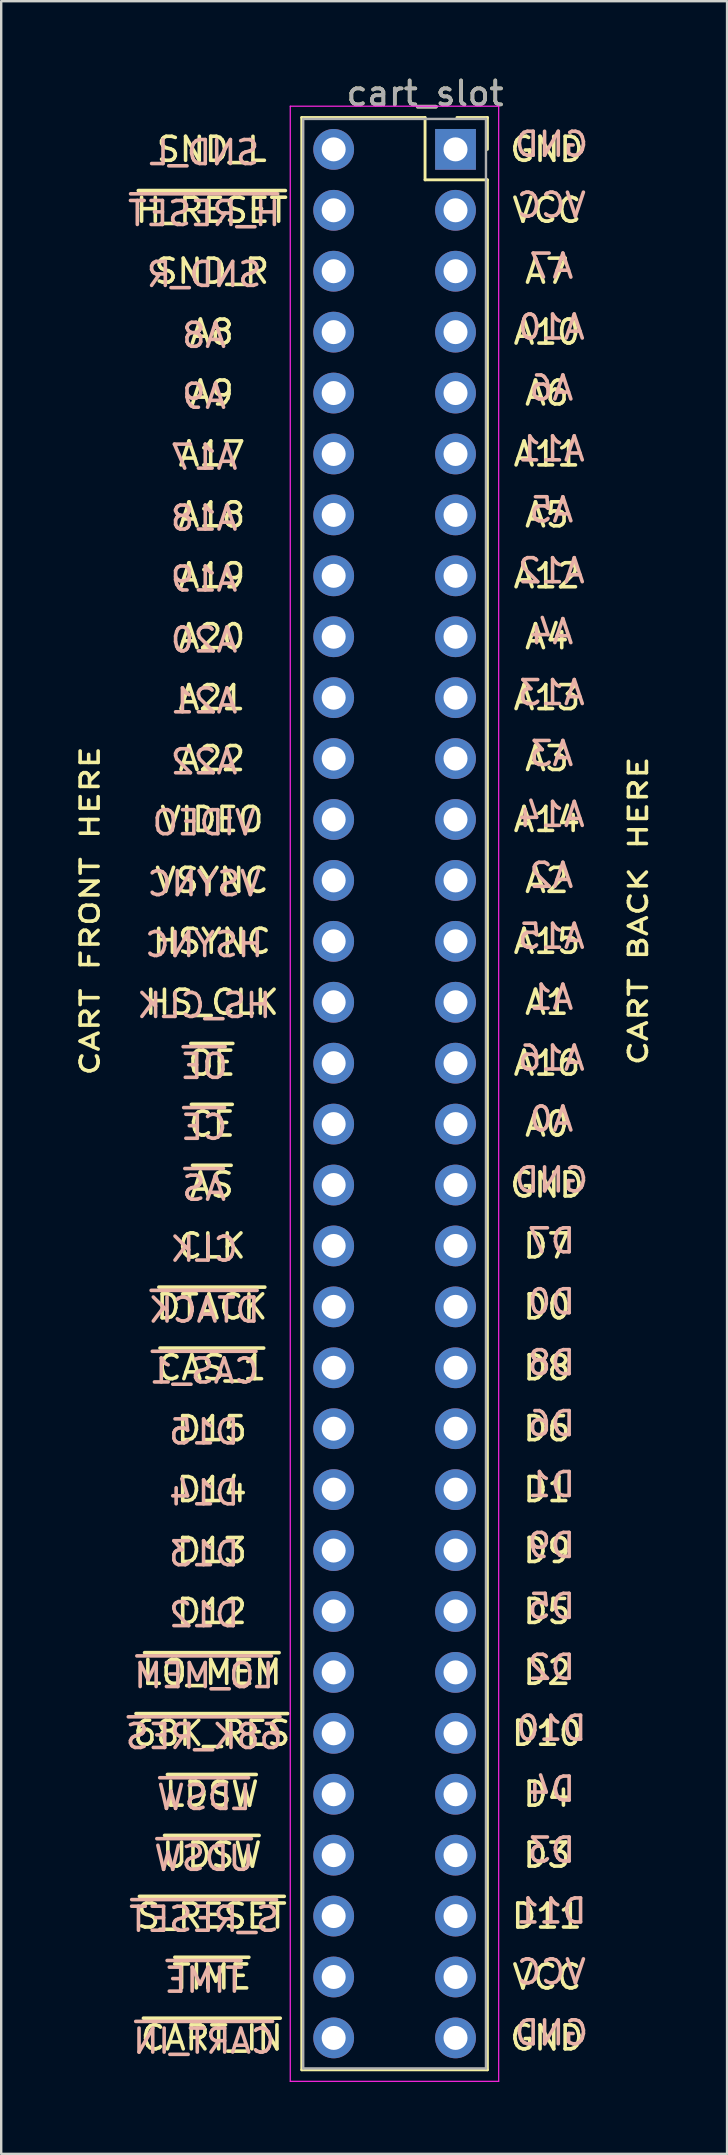
<source format=kicad_pcb>
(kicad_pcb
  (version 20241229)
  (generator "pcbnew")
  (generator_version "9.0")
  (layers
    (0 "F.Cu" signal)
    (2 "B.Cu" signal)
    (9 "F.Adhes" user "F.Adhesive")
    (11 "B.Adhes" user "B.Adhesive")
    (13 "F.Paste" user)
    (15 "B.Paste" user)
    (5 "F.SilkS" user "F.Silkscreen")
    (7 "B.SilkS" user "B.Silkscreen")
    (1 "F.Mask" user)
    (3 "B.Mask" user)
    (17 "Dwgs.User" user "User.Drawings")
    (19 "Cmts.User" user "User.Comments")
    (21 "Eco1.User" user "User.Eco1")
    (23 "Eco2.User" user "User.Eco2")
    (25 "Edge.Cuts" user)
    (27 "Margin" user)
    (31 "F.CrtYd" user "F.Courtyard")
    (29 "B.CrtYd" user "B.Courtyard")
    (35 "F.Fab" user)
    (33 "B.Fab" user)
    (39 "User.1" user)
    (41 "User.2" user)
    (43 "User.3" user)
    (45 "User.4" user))
  (footprint "cart_slot"
    (layer "F.Cu")
    (at 13.402 3.178)
    (property "Reference" "cart_slot" (at 1.27 -2.33 0) (layer "F.SilkS") (effects (font (size 1 1) (thickness 0.15))))
    (attr through_hole)
    (fp_line (start -3.87 -1.33) (end 1.27 -1.33) (stroke (width 0.12) (type solid)) (layer "F.SilkS"))
    (fp_line (start -3.87 80.07) (end -3.87 -1.33) (stroke (width 0.12) (type solid)) (layer "F.SilkS"))
    (fp_line (start 1.27 -1.33) (end 1.27 1.27) (stroke (width 0.12) (type solid)) (layer "F.SilkS"))
    (fp_line (start 1.27 1.27) (end 3.87 1.27) (stroke (width 0.12) (type solid)) (layer "F.SilkS"))
    (fp_line (start 3.87 -1.33) (end 2.6 -1.33) (stroke (width 0.12) (type solid)) (layer "F.SilkS"))
    (fp_line (start 3.87 0) (end 3.87 -1.33) (stroke (width 0.12) (type solid)) (layer "F.SilkS"))
    (fp_line (start 3.87 1.27) (end 3.87 80.07) (stroke (width 0.12) (type solid)) (layer "F.SilkS"))
    (fp_line (start 3.87 80.07) (end -3.87 80.07) (stroke (width 0.12) (type solid)) (layer "F.SilkS"))
    (fp_line (start -4.35 -1.8) (end -4.35 80.55) (stroke (width 0.05) (type solid)) (layer "F.CrtYd"))
    (fp_line (start -4.35 80.55) (end 4.34 80.55) (stroke (width 0.05) (type solid)) (layer "F.CrtYd"))
    (fp_line (start 4.34 -1.8) (end -4.35 -1.8) (stroke (width 0.05) (type solid)) (layer "F.CrtYd"))
    (fp_line (start 4.34 80.55) (end 4.34 -1.8) (stroke (width 0.05) (type solid)) (layer "F.CrtYd"))
    (fp_line (start -3.81 -1.27) (end -3.81 80.01) (stroke (width 0.1) (type solid)) (layer "F.Fab"))
    (fp_line (start -3.81 80.01) (end 3.81 80.01) (stroke (width 0.1) (type solid)) (layer "F.Fab"))
    (fp_line (start 3.81 -1.27) (end -3.81 -1.27) (stroke (width 0.1) (type solid)) (layer "F.Fab"))
    (fp_line (start 3.81 80.01) (end 3.81 -1.27) (stroke (width 0.1) (type solid)) (layer "F.Fab"))
    (fp_text user "A3" (at 6.35 25.4 0) (layer "F.SilkS") (effects (font (size 1 1) (thickness 0.15))))
    (fp_text user "A16" (at 6.35 38.1 0) (layer "F.SilkS") (effects (font (size 1 1) (thickness 0.15))))
    (fp_text user "~{TIME}" (at -7.62 76.2 0) (layer "F.SilkS") (effects (font (size 1 1) (thickness 0.15))))
    (fp_text user "D11" (at 6.35 73.66 0) (layer "F.SilkS") (effects (font (size 1 1) (thickness 0.15))))
    (fp_text user "A21" (at -7.62 22.86 0) (layer "F.SilkS") (effects (font (size 1 1) (thickness 0.15))))
    (fp_text user "D13" (at -7.62 58.42 0) (layer "F.SilkS") (effects (font (size 1 1) (thickness 0.15))))
    (fp_text user "HSYNC" (at -7.62 33.02 0) (layer "F.SilkS") (effects (font (size 1 1) (thickness 0.15))))
    (fp_text user "A13" (at 6.35 22.86 0) (layer "F.SilkS") (effects (font (size 1 1) (thickness 0.15))))
    (fp_text user "~{CAS_1}" (at -7.62 50.8 0) (layer "F.SilkS") (effects (font (size 1 1) (thickness 0.15))))
    (fp_text user "D5" (at 6.35 60.96 0) (layer "F.SilkS") (effects (font (size 1 1) (thickness 0.15))))
    (fp_text user "D10" (at 6.35 66.04 0) (layer "F.SilkS") (effects (font (size 1 1) (thickness 0.15))))
    (fp_text user "A4" (at 6.35 20.32 0) (layer "F.SilkS") (effects (font (size 1 1) (thickness 0.15))))
    (fp_text user "GND" (at 6.35 0 0) (layer "F.SilkS") (effects (font (size 1 1) (thickness 0.15))))
    (fp_text user "~{S_RESET}" (at -7.62 73.66 0) (layer "F.SilkS") (effects (font (size 1 1) (thickness 0.15))))
    (fp_text user "D7" (at 6.35 45.72 0) (layer "F.SilkS") (effects (font (size 1 1) (thickness 0.15))))
    (fp_text user "A6" (at 6.35 10.16 0) (layer "F.SilkS") (effects (font (size 1 1) (thickness 0.15))))
    (fp_text user "VIDEO" (at -7.62 27.94 0) (layer "F.SilkS") (effects (font (size 1 1) (thickness 0.15))))
    (fp_text user "A19" (at -7.62 17.78 0) (layer "F.SilkS") (effects (font (size 1 1) (thickness 0.15))))
    (fp_text user "HS_CLK" (at -7.62 35.56 0) (layer "F.SilkS") (effects (font (size 1 1) (thickness 0.15))))
    (fp_text user "~{AS}" (at -7.62 43.18 0) (layer "F.SilkS") (effects (font (size 1 1) (thickness 0.15))))
    (fp_text user "GND" (at 6.35 43.18 0) (layer "F.SilkS") (effects (font (size 1 1) (thickness 0.15))))
    (fp_text user "A20" (at -7.62 20.32 0) (layer "F.SilkS") (effects (font (size 1 1) (thickness 0.15))))
    (fp_text user "D0" (at 6.35 48.26 0) (layer "F.SilkS") (effects (font (size 1 1) (thickness 0.15))))
    (fp_text user "D15" (at -7.62 53.34 0) (layer "F.SilkS") (effects (font (size 1 1) (thickness 0.15))))
    (fp_text user "A18" (at -7.62 15.24 0) (layer "F.SilkS") (effects (font (size 1 1) (thickness 0.15))))
    (fp_text user "~{H_RESET}" (at -7.62 2.54 0) (layer "F.SilkS") (effects (font (size 1 1) (thickness 0.15))))
    (fp_text user "A1" (at 6.35 35.56 0) (layer "F.SilkS") (effects (font (size 1 1) (thickness 0.15))))
    (fp_text user "A7" (at 6.35 5.08 0) (layer "F.SilkS") (effects (font (size 1 1) (thickness 0.15))))
    (fp_text user "D14" (at -7.62 55.88 0) (layer "F.SilkS") (effects (font (size 1 1) (thickness 0.15))))
    (fp_text user "VCC" (at 6.35 76.2 0) (layer "F.SilkS") (effects (font (size 1 1) (thickness 0.15))))
    (fp_text user "A12" (at 6.35 17.78 0) (layer "F.SilkS") (effects (font (size 1 1) (thickness 0.15))))
    (fp_text user "~{CE}" (at -7.62 40.64 0) (layer "F.SilkS") (effects (font (size 1 1) (thickness 0.15))))
    (fp_text user "CLK" (at -7.62 45.72 0) (layer "F.SilkS") (effects (font (size 1 1) (thickness 0.15))))
    (fp_text user "A22" (at -7.62 25.4 0) (layer "F.SilkS") (effects (font (size 1 1) (thickness 0.15))))
    (fp_text user "A11" (at 6.35 12.7 0) (layer "F.SilkS") (effects (font (size 1 1) (thickness 0.15))))
    (fp_text user "D8" (at 6.35 50.8 0) (layer "F.SilkS") (effects (font (size 1 1) (thickness 0.15))))
    (fp_text user "A17" (at -7.62 12.7 0) (layer "F.SilkS") (effects (font (size 1 1) (thickness 0.15))))
    (fp_text user "A9" (at -7.62 10.16 0) (layer "F.SilkS") (effects (font (size 1 1) (thickness 0.15))))
    (fp_text user "D2" (at 6.35 63.5 0) (layer "F.SilkS") (effects (font (size 1 1) (thickness 0.15))))
    (fp_text user "~{LO_MEM}" (at -7.62 63.5 0) (layer "F.SilkS") (effects (font (size 1 1) (thickness 0.15))))
    (fp_text user "D3" (at 6.35 71.12 0) (layer "F.SilkS") (effects (font (size 1 1) (thickness 0.15))))
    (fp_text user "A15" (at 6.35 33.02 0) (layer "F.SilkS") (effects (font (size 1 1) (thickness 0.15))))
    (fp_text user "A5" (at 6.35 15.24 0) (layer "F.SilkS") (effects (font (size 1 1) (thickness 0.15))))
    (fp_text user "D4" (at 6.35 68.58 0) (layer "F.SilkS") (effects (font (size 1 1) (thickness 0.15))))
    (fp_text user "CART BACK HERE" (at 10.16 31.75 270) (layer "F.SilkS") (effects (font (size 0.75 1) (thickness 0.15))))
    (fp_text user "A2" (at 6.35 30.48 0) (layer "F.SilkS") (effects (font (size 1 1) (thickness 0.15))))
    (fp_text user "~{OE}" (at -7.62 38.1 0) (layer "F.SilkS") (effects (font (size 1 1) (thickness 0.15))))
    (fp_text user "VCC" (at 6.35 2.54 0) (layer "F.SilkS") (effects (font (size 1 1) (thickness 0.15))))
    (fp_text user "SND_R" (at -7.62 5.08 0) (layer "F.SilkS") (effects (font (size 1 1) (thickness 0.15))))
    (fp_text user "~{DTACK}" (at -7.62 48.26 0) (layer "F.SilkS") (effects (font (size 1 1) (thickness 0.15))))
    (fp_text user "A14" (at 6.35 27.94 0) (layer "F.SilkS") (effects (font (size 1 1) (thickness 0.15))))
    (fp_text user "VSYNC" (at -7.62 30.48 0) (layer "F.SilkS") (effects (font (size 1 1) (thickness 0.15))))
    (fp_text user "~{UDSW}" (at -7.62 71.12 0) (layer "F.SilkS") (effects (font (size 1 1) (thickness 0.15))))
    (fp_text user "D6" (at 6.35 53.34 0) (layer "F.SilkS") (effects (font (size 1 1) (thickness 0.15))))
    (fp_text user "~{LDSW}" (at -7.62 68.58 0) (layer "F.SilkS") (effects (font (size 1 1) (thickness 0.15))))
    (fp_text user "~{CART_IN}" (at -7.62 78.74 0) (layer "F.SilkS") (effects (font (size 1 1) (thickness 0.15))))
    (fp_text user "D1" (at 6.35 55.88 0) (layer "F.SilkS") (effects (font (size 1 1) (thickness 0.15))))
    (fp_text user "CART FRONT HERE" (at -12.7 31.75 270) (layer "F.SilkS") (effects (font (size 0.75 1) (thickness 0.15))))
    (fp_text user "SND_L" (at -7.62 0 0) (layer "F.SilkS") (effects (font (size 1 1) (thickness 0.15))))
    (fp_text user "GND" (at 6.35 78.74 0) (layer "F.SilkS") (effects (font (size 1 1) (thickness 0.15))))
    (fp_text user "~{68K_RES}" (at -7.62 66.04 0) (layer "F.SilkS") (effects (font (size 1 1) (thickness 0.15))))
    (fp_text user "D12" (at -7.62 60.96 0) (layer "F.SilkS") (effects (font (size 1 1) (thickness 0.15))))
    (fp_text user "A10" (at 6.35 7.62 0) (layer "F.SilkS") (effects (font (size 1 1) (thickness 0.15))))
    (fp_text user "D9" (at 6.35 58.42 0) (layer "F.SilkS") (effects (font (size 1 1) (thickness 0.15))))
    (fp_text user "A8" (at -7.62 7.62 0) (layer "F.SilkS") (effects (font (size 1 1) (thickness 0.15))))
    (fp_text user "A0" (at 6.35 40.64 0) (layer "F.SilkS") (effects (font (size 1 1) (thickness 0.15))))
    (fp_text user "HS_CLK" (at -7.941 35.695 180) (layer "B.SilkS") (effects (font (size 1 1) (thickness 0.15)) (justify mirror)))
    (fp_text user "D11" (at 6.539 73.449 180) (layer "B.SilkS") (effects (font (size 1 1) (thickness 0.15)) (justify mirror)))
    (fp_text user "D1" (at 6.539 55.669 180) (layer "B.SilkS") (effects (font (size 1 1) (thickness 0.15)) (justify mirror)))
    (fp_text user "~{DTACK}" (at -7.941 48.395 180) (layer "B.SilkS") (effects (font (size 1 1) (thickness 0.15)) (justify mirror)))
    (fp_text user "~{H_RESET}" (at -7.941 2.675 180) (layer "B.SilkS") (effects (font (size 1 1) (thickness 0.15)) (justify mirror)))
    (fp_text user "A20" (at -7.941 20.455 180) (layer "B.SilkS") (effects (font (size 1 1) (thickness 0.15)) (justify mirror)))
    (fp_text user "~{CE}" (at -7.941 40.775 180) (layer "B.SilkS") (effects (font (size 1 1) (thickness 0.15)) (justify mirror)))
    (fp_text user "D0" (at 6.539 48.049 180) (layer "B.SilkS") (effects (font (size 1 1) (thickness 0.15)) (justify mirror)))
    (fp_text user "A3" (at 6.539 25.189 180) (layer "B.SilkS") (effects (font (size 1 1) (thickness 0.15)) (justify mirror)))
    (fp_text user "D5" (at 6.539 60.749 180) (layer "B.SilkS") (effects (font (size 1 1) (thickness 0.15)) (justify mirror)))
    (fp_text user "~{TIME}" (at -7.941 76.335 180) (layer "B.SilkS") (effects (font (size 1 1) (thickness 0.15)) (justify mirror)))
    (fp_text user "GND" (at 6.539 42.969 180) (layer "B.SilkS") (effects (font (size 1 1) (thickness 0.15)) (justify mirror)))
    (fp_text user "D14" (at -7.941 56.015 180) (layer "B.SilkS") (effects (font (size 1 1) (thickness 0.15)) (justify mirror)))
    (fp_text user "SND_L" (at -7.941 0.135 180) (layer "B.SilkS") (effects (font (size 1 1) (thickness 0.15)) (justify mirror)))
    (fp_text user "D3" (at 6.539 70.909 180) (layer "B.SilkS") (effects (font (size 1 1) (thickness 0.15)) (justify mirror)))
    (fp_text user "~{CAS_1}" (at -7.941 50.935 180) (layer "B.SilkS") (effects (font (size 1 1) (thickness 0.15)) (justify mirror)))
    (fp_text user "A11" (at 6.539 12.489 180) (layer "B.SilkS") (effects (font (size 1 1) (thickness 0.15)) (justify mirror)))
    (fp_text user "~{S_RESET}" (at -7.941 73.795 180) (layer "B.SilkS") (effects (font (size 1 1) (thickness 0.15)) (justify mirror)))
    (fp_text user "D10" (at 6.539 65.829 180) (layer "B.SilkS") (effects (font (size 1 1) (thickness 0.15)) (justify mirror)))
    (fp_text user "A7" (at 6.539 4.869 180) (layer "B.SilkS") (effects (font (size 1 1) (thickness 0.15)) (justify mirror)))
    (fp_text user "A4" (at 6.539 20.109 180) (layer "B.SilkS") (effects (font (size 1 1) (thickness 0.15)) (justify mirror)))
    (fp_text user "A22" (at -7.941 25.535 180) (layer "B.SilkS") (effects (font (size 1 1) (thickness 0.15)) (justify mirror)))
    (fp_text user "A2" (at 6.539 30.269 180) (layer "B.SilkS") (effects (font (size 1 1) (thickness 0.15)) (justify mirror)))
    (fp_text user "A9" (at -7.941 10.295 180) (layer "B.SilkS") (effects (font (size 1 1) (thickness 0.15)) (justify mirror)))
    (fp_text user "VCC" (at 6.539 75.989 180) (layer "B.SilkS") (effects (font (size 1 1) (thickness 0.15)) (justify mirror)))
    (fp_text user "GND" (at 6.539 78.529 180) (layer "B.SilkS") (effects (font (size 1 1) (thickness 0.15)) (justify mirror)))
    (fp_text user "D12" (at -7.941 61.095 180) (layer "B.SilkS") (effects (font (size 1 1) (thickness 0.15)) (justify mirror)))
    (fp_text user "D2" (at 6.539 63.289 180) (layer "B.SilkS") (effects (font (size 1 1) (thickness 0.15)) (justify mirror)))
    (fp_text user "A18" (at -7.941 15.375 180) (layer "B.SilkS") (effects (font (size 1 1) (thickness 0.15)) (justify mirror)))
    (fp_text user "A1" (at 6.539 35.349 180) (layer "B.SilkS") (effects (font (size 1 1) (thickness 0.15)) (justify mirror)))
    (fp_text user "VIDEO" (at -7.941 28.075 180) (layer "B.SilkS") (effects (font (size 1 1) (thickness 0.15)) (justify mirror)))
    (fp_text user "A6" (at 6.539 9.949 180) (layer "B.SilkS") (effects (font (size 1 1) (thickness 0.15)) (justify mirror)))
    (fp_text user "A17" (at -7.941 12.835 180) (layer "B.SilkS") (effects (font (size 1 1) (thickness 0.15)) (justify mirror)))
    (fp_text user "~{LDSW}" (at -7.941 68.715 180) (layer "B.SilkS") (effects (font (size 1 1) (thickness 0.15)) (justify mirror)))
    (fp_text user "GND" (at 6.539 -0.211 180) (layer "B.SilkS") (effects (font (size 1 1) (thickness 0.15)) (justify mirror)))
    (fp_text user "D6" (at 6.539 53.129 180) (layer "B.SilkS") (effects (font (size 1 1) (thickness 0.15)) (justify mirror)))
    (fp_text user "HSYNC" (at -7.941 33.155 180) (layer "B.SilkS") (effects (font (size 1 1) (thickness 0.15)) (justify mirror)))
    (fp_text user "A14" (at 6.539 27.729 180) (layer "B.SilkS") (effects (font (size 1 1) (thickness 0.15)) (justify mirror)))
    (fp_text user "A5" (at 6.539 15.029 180) (layer "B.SilkS") (effects (font (size 1 1) (thickness 0.15)) (justify mirror)))
    (fp_text user "VSYNC" (at -7.941 30.615 180) (layer "B.SilkS") (effects (font (size 1 1) (thickness 0.15)) (justify mirror)))
    (fp_text user "A16" (at 6.539 37.889 180) (layer "B.SilkS") (effects (font (size 1 1) (thickness 0.15)) (justify mirror)))
    (fp_text user "SND_R" (at -7.941 5.215 180) (layer "B.SilkS") (effects (font (size 1 1) (thickness 0.15)) (justify mirror)))
    (fp_text user "~{CART_IN}" (at -7.941 78.875 180) (layer "B.SilkS") (effects (font (size 1 1) (thickness 0.15)) (justify mirror)))
    (fp_text user "~{AS}" (at -7.941 43.315 180) (layer "B.SilkS") (effects (font (size 1 1) (thickness 0.15)) (justify mirror)))
    (fp_text user "D15" (at -7.941 53.475 180) (layer "B.SilkS") (effects (font (size 1 1) (thickness 0.15)) (justify mirror)))
    (fp_text user "A21" (at -7.941 22.995 180) (layer "B.SilkS") (effects (font (size 1 1) (thickness 0.15)) (justify mirror)))
    (fp_text user "A10" (at 6.539 7.409 180) (layer "B.SilkS") (effects (font (size 1 1) (thickness 0.15)) (justify mirror)))
    (fp_text user "VCC" (at 6.539 2.329 180) (layer "B.SilkS") (effects (font (size 1 1) (thickness 0.15)) (justify mirror)))
    (fp_text user "D13" (at -7.941 58.555 180) (layer "B.SilkS") (effects (font (size 1 1) (thickness 0.15)) (justify mirror)))
    (fp_text user "CLK" (at -7.941 45.855 180) (layer "B.SilkS") (effects (font (size 1 1) (thickness 0.15)) (justify mirror)))
    (fp_text user "A19" (at -7.941 17.915 180) (layer "B.SilkS") (effects (font (size 1 1) (thickness 0.15)) (justify mirror)))
    (fp_text user "~{OE}" (at -7.941 38.235 180) (layer "B.SilkS") (effects (font (size 1 1) (thickness 0.15)) (justify mirror)))
    (fp_text user "D9" (at 6.539 58.209 180) (layer "B.SilkS") (effects (font (size 1 1) (thickness 0.15)) (justify mirror)))
    (fp_text user "A12" (at 6.539 17.569 180) (layer "B.SilkS") (effects (font (size 1 1) (thickness 0.15)) (justify mirror)))
    (fp_text user "~{UDSW}" (at -7.941 71.255 180) (layer "B.SilkS") (effects (font (size 1 1) (thickness 0.15)) (justify mirror)))
    (fp_text user "A13" (at 6.539 22.649 180) (layer "B.SilkS") (effects (font (size 1 1) (thickness 0.15)) (justify mirror)))
    (fp_text user "D4" (at 6.539 68.369 180) (layer "B.SilkS") (effects (font (size 1 1) (thickness 0.15)) (justify mirror)))
    (fp_text user "A8" (at -7.941 7.755 180) (layer "B.SilkS") (effects (font (size 1 1) (thickness 0.15)) (justify mirror)))
    (fp_text user "D8" (at 6.539 50.589 180) (layer "B.SilkS") (effects (font (size 1 1) (thickness 0.15)) (justify mirror)))
    (fp_text user "~{68K_RES}" (at -7.941 66.175 180) (layer "B.SilkS") (effects (font (size 1 1) (thickness 0.15)) (justify mirror)))
    (fp_text user "A15" (at 6.539 32.809 180) (layer "B.SilkS") (effects (font (size 1 1) (thickness 0.15)) (justify mirror)))
    (fp_text user "~{LO_MEM}" (at -7.941 63.635 180) (layer "B.SilkS") (effects (font (size 1 1) (thickness 0.15)) (justify mirror)))
    (fp_text user "D7" (at 6.539 45.509 180) (layer "B.SilkS") (effects (font (size 1 1) (thickness 0.15)) (justify mirror)))
    (fp_text user "A0" (at 6.539 40.429 180) (layer "B.SilkS") (effects (font (size 1 1) (thickness 0.15)) (justify mirror)))
    (fp_text user "${REFERENCE}" (at 1.27 -2.33 0) (layer "F.Fab") (effects (font (size 1 1) (thickness 0.15))))
    (pad "A01" thru_hole rect (at 2.54 0) (size 1.7 1.7) (drill 1) (layers "*.Cu" "*.Mask"))
    (pad "A02" thru_hole oval (at 2.54 2.54) (size 1.7 1.7) (drill 1) (layers "*.Cu" "*.Mask"))
    (pad "A03" thru_hole oval (at 2.54 5.08) (size 1.7 1.7) (drill 1) (layers "*.Cu" "*.Mask"))
    (pad "A04" thru_hole oval (at 2.54 7.62) (size 1.7 1.7) (drill 1) (layers "*.Cu" "*.Mask"))
    (pad "A05" thru_hole oval (at 2.54 10.16) (size 1.7 1.7) (drill 1) (layers "*.Cu" "*.Mask"))
    (pad "A06" thru_hole oval (at 2.54 12.7) (size 1.7 1.7) (drill 1) (layers "*.Cu" "*.Mask"))
    (pad "A07" thru_hole oval (at 2.54 15.24) (size 1.7 1.7) (drill 1) (layers "*.Cu" "*.Mask"))
    (pad "A08" thru_hole oval (at 2.54 17.78) (size 1.7 1.7) (drill 1) (layers "*.Cu" "*.Mask"))
    (pad "A09" thru_hole oval (at 2.54 20.32) (size 1.7 1.7) (drill 1) (layers "*.Cu" "*.Mask"))
    (pad "A10" thru_hole oval (at 2.54 22.86) (size 1.7 1.7) (drill 1) (layers "*.Cu" "*.Mask"))
    (pad "A11" thru_hole oval (at 2.54 25.4) (size 1.7 1.7) (drill 1) (layers "*.Cu" "*.Mask"))
    (pad "A12" thru_hole oval (at 2.54 27.94) (size 1.7 1.7) (drill 1) (layers "*.Cu" "*.Mask"))
    (pad "A13" thru_hole oval (at 2.54 30.48) (size 1.7 1.7) (drill 1) (layers "*.Cu" "*.Mask"))
    (pad "A14" thru_hole oval (at 2.54 33.02) (size 1.7 1.7) (drill 1) (layers "*.Cu" "*.Mask"))
    (pad "A15" thru_hole oval (at 2.54 35.56) (size 1.7 1.7) (drill 1) (layers "*.Cu" "*.Mask"))
    (pad "A16" thru_hole oval (at 2.54 38.1) (size 1.7 1.7) (drill 1) (layers "*.Cu" "*.Mask"))
    (pad "A17" thru_hole oval (at 2.54 40.64) (size 1.7 1.7) (drill 1) (layers "*.Cu" "*.Mask"))
    (pad "A18" thru_hole oval (at 2.54 43.18) (size 1.7 1.7) (drill 1) (layers "*.Cu" "*.Mask"))
    (pad "A19" thru_hole oval (at 2.54 45.72) (size 1.7 1.7) (drill 1) (layers "*.Cu" "*.Mask"))
    (pad "A20" thru_hole oval (at 2.54 48.26) (size 1.7 1.7) (drill 1) (layers "*.Cu" "*.Mask"))
    (pad "A21" thru_hole oval (at 2.54 50.8) (size 1.7 1.7) (drill 1) (layers "*.Cu" "*.Mask"))
    (pad "A22" thru_hole oval (at 2.54 53.34) (size 1.7 1.7) (drill 1) (layers "*.Cu" "*.Mask"))
    (pad "A23" thru_hole oval (at 2.54 55.88) (size 1.7 1.7) (drill 1) (layers "*.Cu" "*.Mask"))
    (pad "A24" thru_hole oval (at 2.54 58.42) (size 1.7 1.7) (drill 1) (layers "*.Cu" "*.Mask"))
    (pad "A25" thru_hole oval (at 2.54 60.96) (size 1.7 1.7) (drill 1) (layers "*.Cu" "*.Mask"))
    (pad "A26" thru_hole oval (at 2.54 63.5) (size 1.7 1.7) (drill 1) (layers "*.Cu" "*.Mask"))
    (pad "A27" thru_hole oval (at 2.54 66.04) (size 1.7 1.7) (drill 1) (layers "*.Cu" "*.Mask"))
    (pad "A28" thru_hole oval (at 2.54 68.58) (size 1.7 1.7) (drill 1) (layers "*.Cu" "*.Mask"))
    (pad "A29" thru_hole oval (at 2.54 71.12) (size 1.7 1.7) (drill 1) (layers "*.Cu" "*.Mask"))
    (pad "A30" thru_hole oval (at 2.54 73.66) (size 1.7 1.7) (drill 1) (layers "*.Cu" "*.Mask"))
    (pad "A31" thru_hole oval (at 2.54 76.2) (size 1.7 1.7) (drill 1) (layers "*.Cu" "*.Mask"))
    (pad "A32" thru_hole oval (at 2.54 78.74) (size 1.7 1.7) (drill 1) (layers "*.Cu" "*.Mask"))
    (pad "B01" thru_hole oval (at -2.54 0) (size 1.7 1.7) (drill 1) (layers "*.Cu" "*.Mask"))
    (pad "B02" thru_hole oval (at -2.54 2.54) (size 1.7 1.7) (drill 1) (layers "*.Cu" "*.Mask"))
    (pad "B03" thru_hole oval (at -2.54 5.08) (size 1.7 1.7) (drill 1) (layers "*.Cu" "*.Mask"))
    (pad "B04" thru_hole oval (at -2.54 7.62) (size 1.7 1.7) (drill 1) (layers "*.Cu" "*.Mask"))
    (pad "B05" thru_hole oval (at -2.54 10.16) (size 1.7 1.7) (drill 1) (layers "*.Cu" "*.Mask"))
    (pad "B06" thru_hole oval (at -2.54 12.7) (size 1.7 1.7) (drill 1) (layers "*.Cu" "*.Mask"))
    (pad "B07" thru_hole oval (at -2.54 15.24) (size 1.7 1.7) (drill 1) (layers "*.Cu" "*.Mask"))
    (pad "B08" thru_hole oval (at -2.54 17.78) (size 1.7 1.7) (drill 1) (layers "*.Cu" "*.Mask"))
    (pad "B09" thru_hole oval (at -2.54 20.32) (size 1.7 1.7) (drill 1) (layers "*.Cu" "*.Mask"))
    (pad "B10" thru_hole oval (at -2.54 22.86) (size 1.7 1.7) (drill 1) (layers "*.Cu" "*.Mask"))
    (pad "B11" thru_hole oval (at -2.54 25.4) (size 1.7 1.7) (drill 1) (layers "*.Cu" "*.Mask"))
    (pad "B12" thru_hole oval (at -2.54 27.94) (size 1.7 1.7) (drill 1) (layers "*.Cu" "*.Mask"))
    (pad "B13" thru_hole oval (at -2.54 30.48) (size 1.7 1.7) (drill 1) (layers "*.Cu" "*.Mask"))
    (pad "B14" thru_hole oval (at -2.54 33.02) (size 1.7 1.7) (drill 1) (layers "*.Cu" "*.Mask"))
    (pad "B15" thru_hole oval (at -2.54 35.56) (size 1.7 1.7) (drill 1) (layers "*.Cu" "*.Mask"))
    (pad "B16" thru_hole oval (at -2.54 38.1) (size 1.7 1.7) (drill 1) (layers "*.Cu" "*.Mask"))
    (pad "B17" thru_hole oval (at -2.54 40.64) (size 1.7 1.7) (drill 1) (layers "*.Cu" "*.Mask"))
    (pad "B18" thru_hole oval (at -2.54 43.18) (size 1.7 1.7) (drill 1) (layers "*.Cu" "*.Mask"))
    (pad "B19" thru_hole oval (at -2.54 45.72) (size 1.7 1.7) (drill 1) (layers "*.Cu" "*.Mask"))
    (pad "B20" thru_hole oval (at -2.54 48.26) (size 1.7 1.7) (drill 1) (layers "*.Cu" "*.Mask"))
    (pad "B21" thru_hole oval (at -2.54 50.8) (size 1.7 1.7) (drill 1) (layers "*.Cu" "*.Mask"))
    (pad "B22" thru_hole oval (at -2.54 53.34) (size 1.7 1.7) (drill 1) (layers "*.Cu" "*.Mask"))
    (pad "B23" thru_hole oval (at -2.54 55.88) (size 1.7 1.7) (drill 1) (layers "*.Cu" "*.Mask"))
    (pad "B24" thru_hole oval (at -2.54 58.42) (size 1.7 1.7) (drill 1) (layers "*.Cu" "*.Mask"))
    (pad "B25" thru_hole oval (at -2.54 60.96) (size 1.7 1.7) (drill 1) (layers "*.Cu" "*.Mask"))
    (pad "B26" thru_hole oval (at -2.54 63.5) (size 1.7 1.7) (drill 1) (layers "*.Cu" "*.Mask"))
    (pad "B27" thru_hole oval (at -2.54 66.04) (size 1.7 1.7) (drill 1) (layers "*.Cu" "*.Mask"))
    (pad "B28" thru_hole oval (at -2.54 68.58) (size 1.7 1.7) (drill 1) (layers "*.Cu" "*.Mask"))
    (pad "B29" thru_hole oval (at -2.54 71.12) (size 1.7 1.7) (drill 1) (layers "*.Cu" "*.Mask"))
    (pad "B30" thru_hole oval (at -2.54 73.66) (size 1.7 1.7) (drill 1) (layers "*.Cu" "*.Mask"))
    (pad "B31" thru_hole oval (at -2.54 76.2) (size 1.7 1.7) (drill 1) (layers "*.Cu" "*.Mask"))
    (pad "B32" thru_hole oval (at -2.54 78.74) (size 1.7 1.7) (drill 1) (layers "*.Cu" "*.Mask")))
  (gr_rect
    (start -3 -3)
    (end 27.264 86.753)
    (stroke (width 0.1) (type default))
    (fill no)
    (layer "Edge.Cuts")))
</source>
